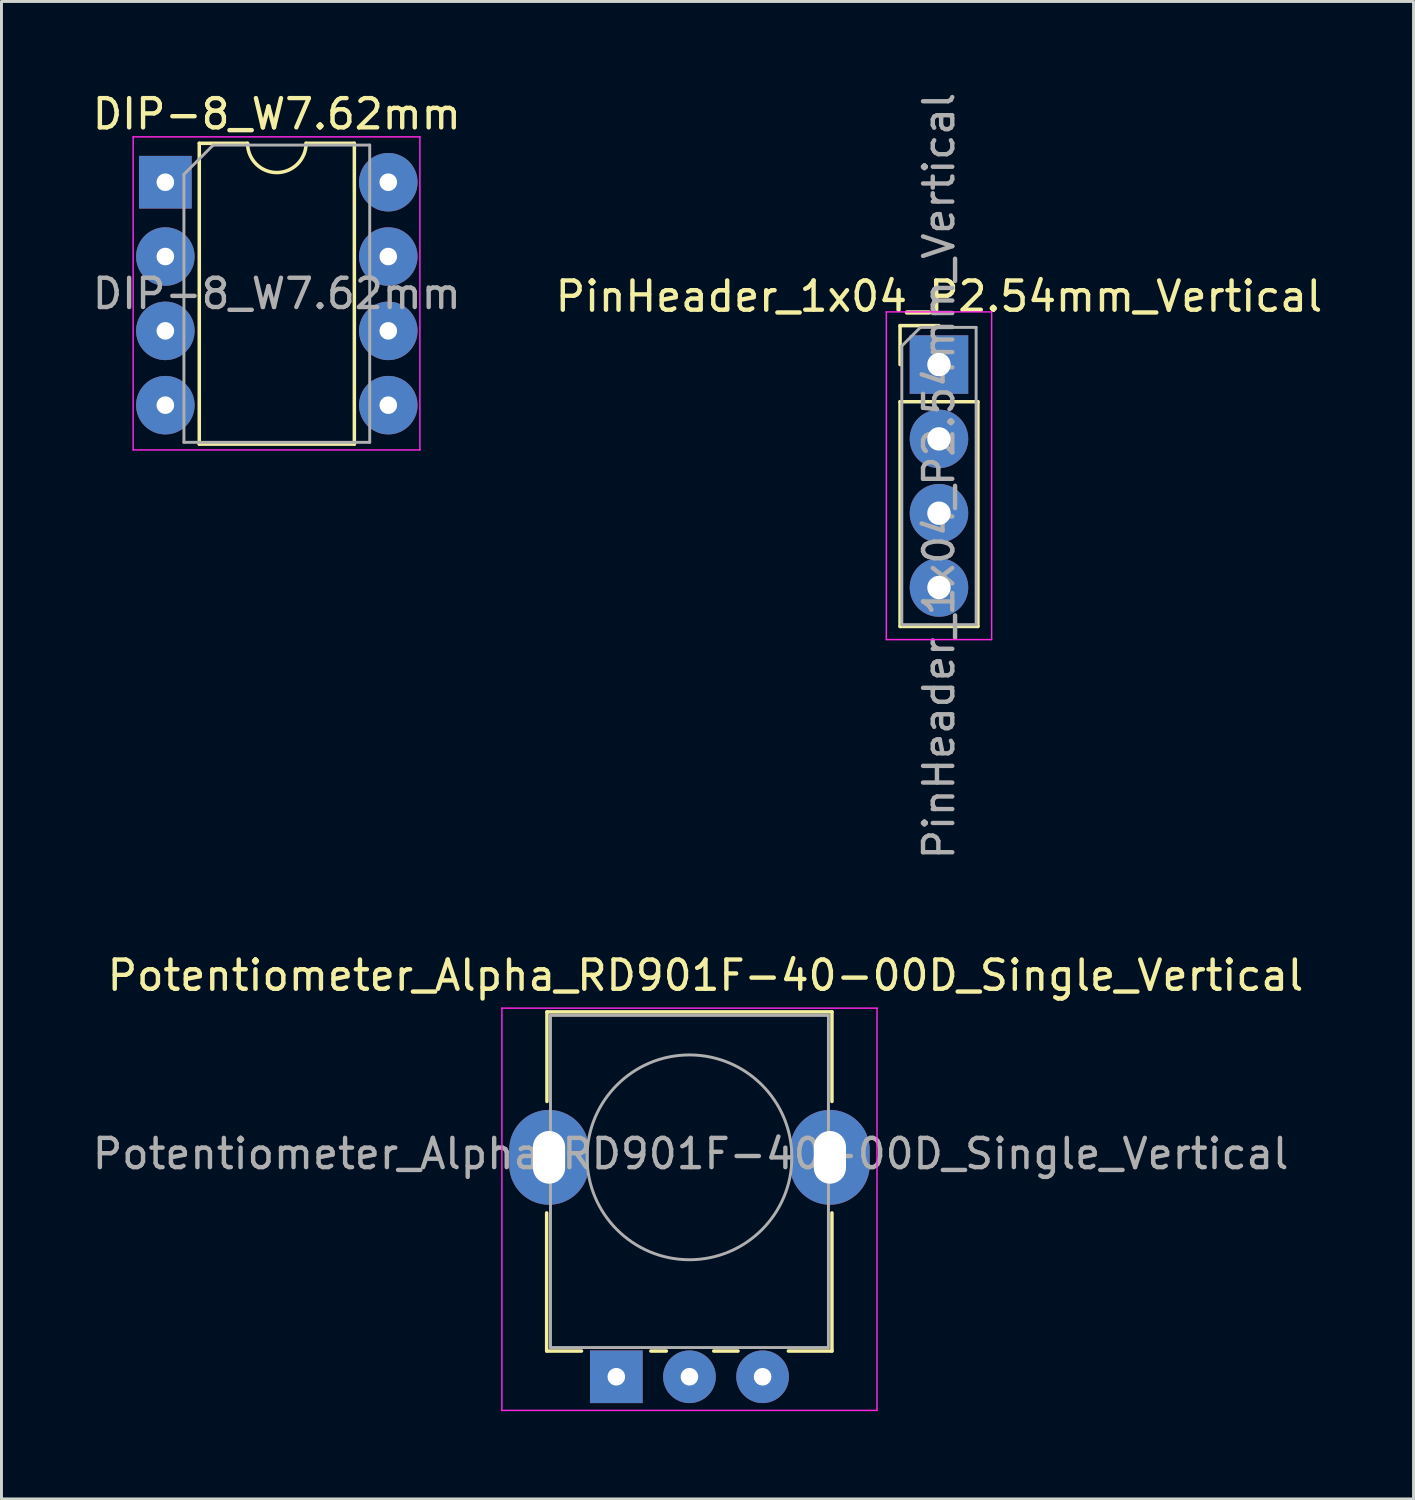
<source format=kicad_pcb>
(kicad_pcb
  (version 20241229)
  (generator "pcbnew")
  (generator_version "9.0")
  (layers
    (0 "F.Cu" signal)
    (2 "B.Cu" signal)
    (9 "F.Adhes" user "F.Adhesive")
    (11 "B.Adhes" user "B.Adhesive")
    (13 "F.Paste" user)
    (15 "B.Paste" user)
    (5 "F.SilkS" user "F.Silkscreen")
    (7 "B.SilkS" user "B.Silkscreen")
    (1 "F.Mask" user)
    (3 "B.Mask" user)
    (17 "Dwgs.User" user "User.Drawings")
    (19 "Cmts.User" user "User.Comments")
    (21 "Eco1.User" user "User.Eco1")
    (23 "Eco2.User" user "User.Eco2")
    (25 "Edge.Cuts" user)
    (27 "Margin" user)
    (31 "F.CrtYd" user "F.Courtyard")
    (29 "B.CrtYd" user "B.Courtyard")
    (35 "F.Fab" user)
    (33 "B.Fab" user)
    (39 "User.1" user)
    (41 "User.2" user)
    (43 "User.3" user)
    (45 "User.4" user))
  (footprint "PinHeader_1x04_P2.54mm_Vertical"
    (layer "F.Cu")
    (at 29.042 9.41)
    (property "Reference" "PinHeader_1x04_P2.54mm_Vertical" (at 0 -2.33 0) (layer "F.SilkS") (effects (font (size 1 1) (thickness 0.15))))
    (attr through_hole)
    (fp_line (start -1.33 -1.33) (end 0 -1.33) (stroke (width 0.12) (type solid)) (layer "F.SilkS"))
    (fp_line (start -1.33 0) (end -1.33 -1.33) (stroke (width 0.12) (type solid)) (layer "F.SilkS"))
    (fp_line (start -1.33 1.27) (end -1.33 8.95) (stroke (width 0.12) (type solid)) (layer "F.SilkS"))
    (fp_line (start -1.33 1.27) (end 1.33 1.27) (stroke (width 0.12) (type solid)) (layer "F.SilkS"))
    (fp_line (start -1.33 8.95) (end 1.33 8.95) (stroke (width 0.12) (type solid)) (layer "F.SilkS"))
    (fp_line (start 1.33 1.27) (end 1.33 8.95) (stroke (width 0.12) (type solid)) (layer "F.SilkS"))
    (fp_line (start -1.8 -1.8) (end -1.8 9.4) (stroke (width 0.05) (type solid)) (layer "F.CrtYd"))
    (fp_line (start -1.8 9.4) (end 1.8 9.4) (stroke (width 0.05) (type solid)) (layer "F.CrtYd"))
    (fp_line (start 1.8 -1.8) (end -1.8 -1.8) (stroke (width 0.05) (type solid)) (layer "F.CrtYd"))
    (fp_line (start 1.8 9.4) (end 1.8 -1.8) (stroke (width 0.05) (type solid)) (layer "F.CrtYd"))
    (fp_line (start -1.27 -0.635) (end -0.635 -1.27) (stroke (width 0.1) (type solid)) (layer "F.Fab"))
    (fp_line (start -1.27 8.89) (end -1.27 -0.635) (stroke (width 0.1) (type solid)) (layer "F.Fab"))
    (fp_line (start -0.635 -1.27) (end 1.27 -1.27) (stroke (width 0.1) (type solid)) (layer "F.Fab"))
    (fp_line (start 1.27 -1.27) (end 1.27 8.89) (stroke (width 0.1) (type solid)) (layer "F.Fab"))
    (fp_line (start 1.27 8.89) (end -1.27 8.89) (stroke (width 0.1) (type solid)) (layer "F.Fab"))
    (fp_text user "${REFERENCE}" (at 0 3.81 90) (layer "F.Fab") (effects (font (size 1 1) (thickness 0.15))))
    (pad "1" thru_hole rect (at 0 0) (size 2 2) (drill 0.8) (layers "*.Cu" "*.Mask"))
    (pad "2" thru_hole oval (at 0 2.54) (size 2 2) (drill 0.8) (layers "*.Cu" "*.Mask"))
    (pad "3" thru_hole oval (at 0 5.08) (size 2 2) (drill 0.8) (layers "*.Cu" "*.Mask"))
    (pad "4" thru_hole oval (at 0 7.62) (size 2 2) (drill 0.8) (layers "*.Cu" "*.Mask")))
  (footprint "Potentiometer_Alpha_RD901F-40-00D_Single_Vertical"
    (layer "F.Cu")
    (at 20.554 36.385)
    (property "Reference" "Potentiometer_Alpha_RD901F-40-00D_Single_Vertical" (at 0.508 -6.096 0) (layer "F.SilkS") (effects (font (size 1 1) (thickness 0.15))))
    (attr through_hole)
    (fp_line (start -4.92 6.74) (end -4.92 2.02) (stroke (width 0.12) (type solid)) (layer "F.SilkS"))
    (fp_line (start -4.91 -1.79) (end -4.91 -4.85) (stroke (width 0.12) (type solid)) (layer "F.SilkS"))
    (fp_line (start -3.73 6.74) (end -4.91 6.74) (stroke (width 0.12) (type solid)) (layer "F.SilkS"))
    (fp_line (start -0.83 6.74) (end -1.36 6.74) (stroke (width 0.12) (type solid)) (layer "F.SilkS"))
    (fp_line (start 1.62 6.74) (end 0.79 6.74) (stroke (width 0.12) (type solid)) (layer "F.SilkS"))
    (fp_line (start 4.83 -4.85) (end -4.91 -4.85) (stroke (width 0.12) (type solid)) (layer "F.SilkS"))
    (fp_line (start 4.83 -1.79) (end 4.83 -4.85) (stroke (width 0.12) (type solid)) (layer "F.SilkS"))
    (fp_line (start 4.83 6.74) (end 3.34 6.74) (stroke (width 0.12) (type solid)) (layer "F.SilkS"))
    (fp_line (start 4.83 6.74) (end 4.83 2.02) (stroke (width 0.12) (type solid)) (layer "F.SilkS"))
    (fp_line (start -6.45 -4.98) (end -6.45 8.77) (stroke (width 0.05) (type solid)) (layer "F.CrtYd"))
    (fp_line (start -6.45 8.77) (end 6.37 8.77) (stroke (width 0.05) (type solid)) (layer "F.CrtYd"))
    (fp_line (start 6.37 -4.98) (end -6.45 -4.98) (stroke (width 0.05) (type solid)) (layer "F.CrtYd"))
    (fp_line (start 6.37 8.77) (end 6.37 -4.98) (stroke (width 0.05) (type solid)) (layer "F.CrtYd"))
    (fp_line (start -4.79 6.62) (end -4.79 -4.73) (stroke (width 0.1) (type solid)) (layer "F.Fab"))
    (fp_line (start 4.71 -4.73) (end -4.79 -4.73) (stroke (width 0.1) (type solid)) (layer "F.Fab"))
    (fp_line (start 4.71 6.62) (end -4.79 6.62) (stroke (width 0.1) (type solid)) (layer "F.Fab"))
    (fp_line (start 4.71 6.62) (end 4.71 -4.73) (stroke (width 0.1) (type solid)) (layer "F.Fab"))
    (fp_circle (center -0.04 0.12) (end -3.54 0.12) (stroke (width 0.1) (type solid)) (fill no) (layer "F.Fab"))
    (fp_text user "${REFERENCE}" (at 0 0 180) (layer "F.Fab") (effects (font (size 1 1) (thickness 0.15))))
    (pad "" thru_hole oval (at -4.84 0.12 180) (size 2.72 3.24) (drill oval 1.1 1.8) (layers "*.Cu" "*.Mask"))
    (pad "" thru_hole oval (at 4.76 0.12 180) (size 2.72 3.24) (drill oval 1.1 1.8) (layers "*.Cu" "*.Mask"))
    (pad "1" thru_hole rect (at -2.54 7.62 180) (size 1.8 1.8) (drill 0.6) (layers "*.Cu" "*.Mask"))
    (pad "2" thru_hole circle (at -0.04 7.62 180) (size 1.8 1.8) (drill 0.6) (layers "*.Cu" "*.Mask"))
    (pad "3" thru_hole circle (at 2.46 7.62 180) (size 1.8 1.8) (drill 0.6) (layers "*.Cu" "*.Mask")))
  (footprint "DIP-8_W7.62mm"
    (layer "F.Cu")
    (at 2.601 3.178)
    (property "Reference" "DIP-8_W7.62mm" (at 3.81 -2.33 0) (layer "F.SilkS") (effects (font (size 1 1) (thickness 0.15))))
    (attr through_hole)
    (fp_line (start 1.16 -1.33) (end 1.16 8.95) (stroke (width 0.12) (type solid)) (layer "F.SilkS"))
    (fp_line (start 1.16 8.95) (end 6.46 8.95) (stroke (width 0.12) (type solid)) (layer "F.SilkS"))
    (fp_line (start 2.81 -1.33) (end 1.16 -1.33) (stroke (width 0.12) (type solid)) (layer "F.SilkS"))
    (fp_line (start 6.46 -1.33) (end 4.81 -1.33) (stroke (width 0.12) (type solid)) (layer "F.SilkS"))
    (fp_line (start 6.46 8.95) (end 6.46 -1.33) (stroke (width 0.12) (type solid)) (layer "F.SilkS"))
    (fp_arc (start 4.81 -1.33) (mid 3.81 -0.33) (end 2.81 -1.33) (stroke (width 0.12) (type solid)) (layer "F.SilkS"))
    (fp_line (start -1.1 -1.55) (end -1.1 9.15) (stroke (width 0.05) (type solid)) (layer "F.CrtYd"))
    (fp_line (start -1.1 9.15) (end 8.7 9.15) (stroke (width 0.05) (type solid)) (layer "F.CrtYd"))
    (fp_line (start 8.7 -1.55) (end -1.1 -1.55) (stroke (width 0.05) (type solid)) (layer "F.CrtYd"))
    (fp_line (start 8.7 9.15) (end 8.7 -1.55) (stroke (width 0.05) (type solid)) (layer "F.CrtYd"))
    (fp_line (start 0.635 -0.27) (end 1.635 -1.27) (stroke (width 0.1) (type solid)) (layer "F.Fab"))
    (fp_line (start 0.635 8.89) (end 0.635 -0.27) (stroke (width 0.1) (type solid)) (layer "F.Fab"))
    (fp_line (start 1.635 -1.27) (end 6.985 -1.27) (stroke (width 0.1) (type solid)) (layer "F.Fab"))
    (fp_line (start 6.985 -1.27) (end 6.985 8.89) (stroke (width 0.1) (type solid)) (layer "F.Fab"))
    (fp_line (start 6.985 8.89) (end 0.635 8.89) (stroke (width 0.1) (type solid)) (layer "F.Fab"))
    (fp_text user "${REFERENCE}" (at 3.81 3.81 0) (layer "F.Fab") (effects (font (size 1 1) (thickness 0.15))))
    (pad "1" thru_hole rect (at 0 0) (size 1.8 1.8) (drill 0.6) (layers "*.Cu" "*.Mask"))
    (pad "2" thru_hole oval (at 0 2.54) (size 2 2) (drill 0.6) (layers "*.Cu" "*.Mask"))
    (pad "3" thru_hole oval (at 0 5.08) (size 2 2) (drill 0.6) (layers "*.Cu" "*.Mask"))
    (pad "4" thru_hole oval (at 0 7.62) (size 2 2) (drill 0.6) (layers "*.Cu" "*.Mask"))
    (pad "5" thru_hole oval (at 7.62 7.62) (size 2 2) (drill 0.6) (layers "*.Cu" "*.Mask"))
    (pad "6" thru_hole oval (at 7.62 5.08) (size 2 2) (drill 0.6) (layers "*.Cu" "*.Mask"))
    (pad "7" thru_hole oval (at 7.62 2.54) (size 2 2) (drill 0.6) (layers "*.Cu" "*.Mask"))
    (pad "8" thru_hole oval (at 7.62 0) (size 2 2) (drill 0.6) (layers "*.Cu" "*.Mask")))
  (gr_rect
    (start -3 -3)
    (end 45.262 48.18)
    (stroke (width 0.1) (type default))
    (fill no)
    (layer "Edge.Cuts")))
</source>
